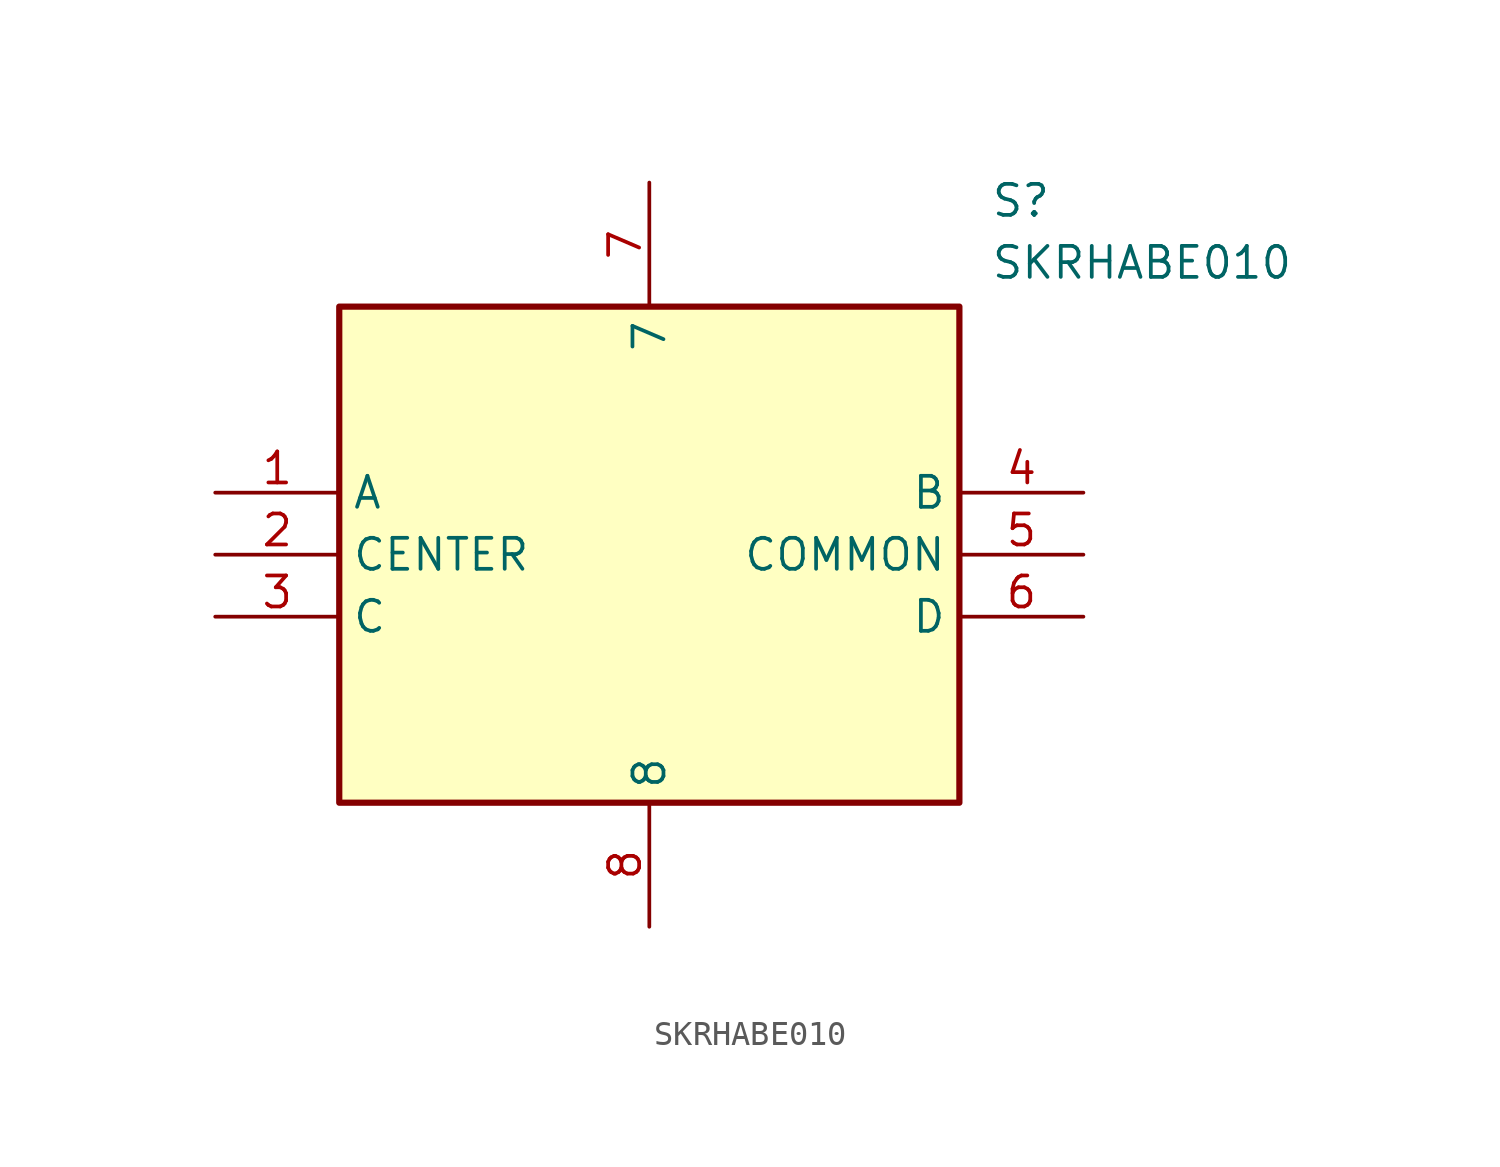
<source format=kicad_sym>
(kicad_symbol_lib
  (version 20211014)
  (generator SamacSys_ECAD_Model)
  (symbol "SKRHABE010"
    (property "Reference" "S"
      (at 31.75 12.7 0)
      (effects (font (size 1.27 1.27)) (justify left top)))
    (property "Value" "SKRHABE010"
      (at 31.75 10.16 0)
      (effects (font (size 1.27 1.27)) (justify left top)))
    (rectangle
      (start 5.08 7.62)
      (end 30.48 -12.7)
      (stroke (width 0.254) (type default))
      (fill (type background)))
    (pin passive line
      (at 0 0 0)
      (length 5.08)
      (name "A" (effects (font (size 1.27 1.27))))
      (number "1" (effects (font (size 1.27 1.27)))))
    (pin passive line
      (at 0 -2.54 0)
      (length 5.08)
      (name "CENTER" (effects (font (size 1.27 1.27))))
      (number "2" (effects (font (size 1.27 1.27)))))
    (pin passive line
      (at 0 -5.08 0)
      (length 5.08)
      (name "C" (effects (font (size 1.27 1.27))))
      (number "3" (effects (font (size 1.27 1.27)))))
    (pin passive line
      (at 35.56 0 180)
      (length 5.08)
      (name "B" (effects (font (size 1.27 1.27))))
      (number "4" (effects (font (size 1.27 1.27)))))
    (pin passive line
      (at 35.56 -2.54 180)
      (length 5.08)
      (name "COMMON" (effects (font (size 1.27 1.27))))
      (number "5" (effects (font (size 1.27 1.27)))))
    (pin passive line
      (at 35.56 -5.08 180)
      (length 5.08)
      (name "D" (effects (font (size 1.27 1.27))))
      (number "6" (effects (font (size 1.27 1.27)))))
    (pin passive line
      (at 17.78 12.7 270)
      (length 5.08)
      (name "7" (effects (font (size 1.27 1.27))))
      (number "7" (effects (font (size 1.27 1.27)))))
    (pin passive line
      (at 17.78 -17.78 90)
      (length 5.08)
      (name "8" (effects (font (size 1.27 1.27))))
      (number "8" (effects (font (size 1.27 1.27)))))))
</source>
